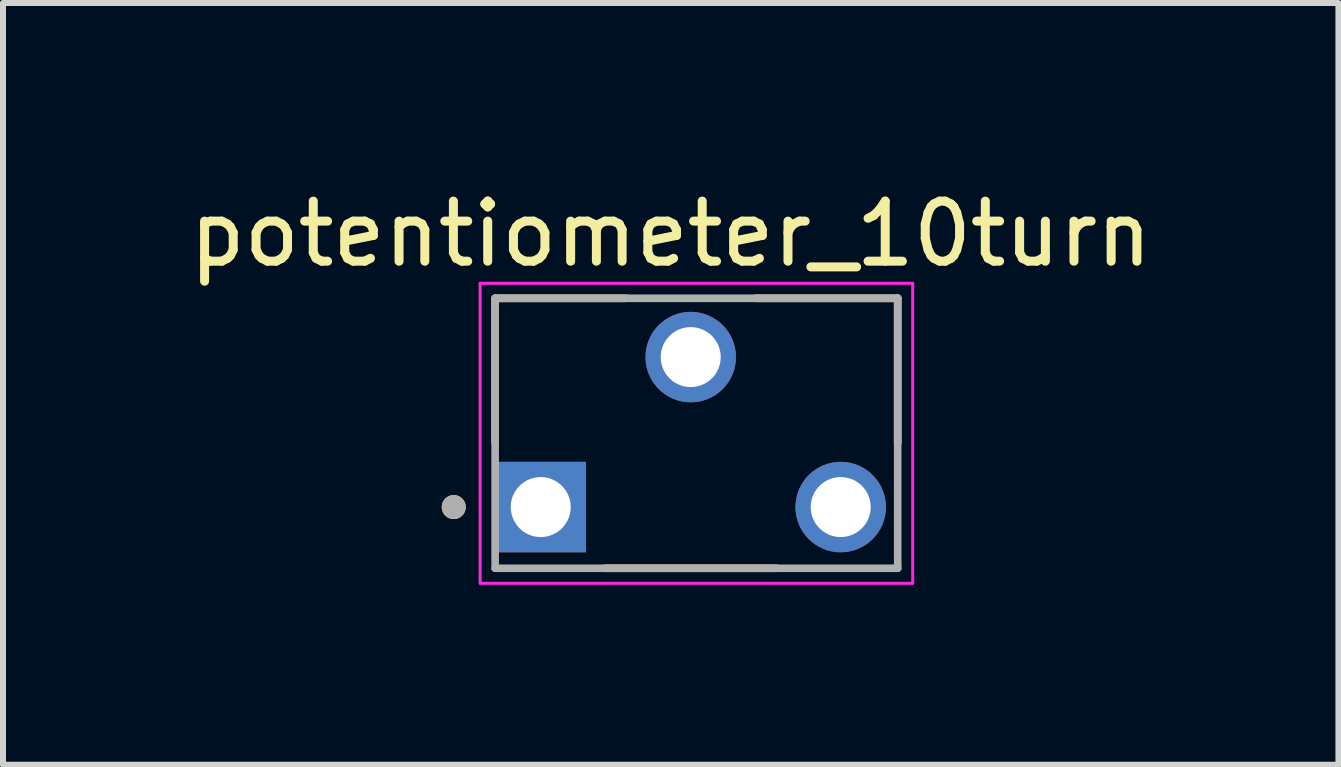
<source format=kicad_pcb>
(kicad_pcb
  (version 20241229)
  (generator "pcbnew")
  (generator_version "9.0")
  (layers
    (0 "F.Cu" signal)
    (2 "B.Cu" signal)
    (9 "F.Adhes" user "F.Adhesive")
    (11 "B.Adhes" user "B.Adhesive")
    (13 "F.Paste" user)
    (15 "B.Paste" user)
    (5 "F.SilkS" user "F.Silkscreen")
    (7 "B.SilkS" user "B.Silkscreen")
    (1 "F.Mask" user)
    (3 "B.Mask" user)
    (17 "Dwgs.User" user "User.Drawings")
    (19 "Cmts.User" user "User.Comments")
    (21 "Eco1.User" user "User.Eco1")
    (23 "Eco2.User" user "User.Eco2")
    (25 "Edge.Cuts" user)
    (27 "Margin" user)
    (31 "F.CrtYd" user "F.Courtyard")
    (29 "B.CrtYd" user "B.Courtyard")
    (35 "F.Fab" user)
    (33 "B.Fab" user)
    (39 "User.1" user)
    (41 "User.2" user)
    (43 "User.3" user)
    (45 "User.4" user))
  (footprint "potentiometer_10turn"
    (layer "F.Cu")
    (at 8.463 4.172)
    (property "Reference" "potentiometer_10turn" (at -0.333 -3.324 0) (layer "F.SilkS") (effects (font (size 1.001 1.001) (thickness 0.15))))
    (attr through_hole)
    (fp_line (start -3.26 -2.25) (end -1.074 -2.25) (stroke (width 0.127) (type solid)) (layer "F.SilkS"))
    (fp_line (start -3.26 0.156) (end -3.26 -2.25) (stroke (width 0.127) (type solid)) (layer "F.SilkS"))
    (fp_line (start -1.426 2.25) (end 1.426 2.25) (stroke (width 0.127) (type solid)) (layer "F.SilkS"))
    (fp_line (start 1.074 -2.25) (end 3.45 -2.25) (stroke (width 0.127) (type solid)) (layer "F.SilkS"))
    (fp_line (start 3.45 -2.25) (end 3.45 0.156) (stroke (width 0.127) (type solid)) (layer "F.SilkS"))
    (fp_circle (center -3.95 1.23) (end -3.85 1.23) (stroke (width 0.2) (type solid)) (fill no) (layer "F.SilkS"))
    (fp_line (start -3.51 -2.5) (end 3.7 -2.5) (stroke (width 0.05) (type solid)) (layer "F.CrtYd"))
    (fp_line (start -3.51 2.5) (end -3.51 -2.5) (stroke (width 0.05) (type solid)) (layer "F.CrtYd"))
    (fp_line (start 3.7 -2.5) (end 3.7 2.5) (stroke (width 0.05) (type solid)) (layer "F.CrtYd"))
    (fp_line (start 3.7 2.5) (end -3.51 2.5) (stroke (width 0.05) (type solid)) (layer "F.CrtYd"))
    (fp_line (start -3.26 -2.25) (end 3.45 -2.25) (stroke (width 0.127) (type solid)) (layer "F.Fab"))
    (fp_line (start -3.26 2.25) (end -3.26 -2.25) (stroke (width 0.127) (type solid)) (layer "F.Fab"))
    (fp_line (start 3.45 -2.25) (end 3.45 2.25) (stroke (width 0.127) (type solid)) (layer "F.Fab"))
    (fp_line (start 3.45 2.25) (end -3.26 2.25) (stroke (width 0.127) (type solid)) (layer "F.Fab"))
    (fp_circle (center -3.95 1.23) (end -3.85 1.23) (stroke (width 0.2) (type solid)) (fill no) (layer "F.Fab"))
    (pad "1" thru_hole rect (at -2.5 1.23) (size 1.508 1.508) (drill 1) (layers "*.Cu" "*.Mask"))
    (pad "2" thru_hole circle (at 0 -1.27) (size 1.508 1.508) (drill 1) (layers "*.Cu" "*.Mask"))
    (pad "3" thru_hole circle (at 2.5 1.23) (size 1.508 1.508) (drill 1) (layers "*.Cu" "*.Mask")))
  (gr_rect
    (start -3 -3)
    (end 19.259 9.697)
    (stroke (width 0.1) (type default))
    (fill no)
    (layer "Edge.Cuts")))
</source>
